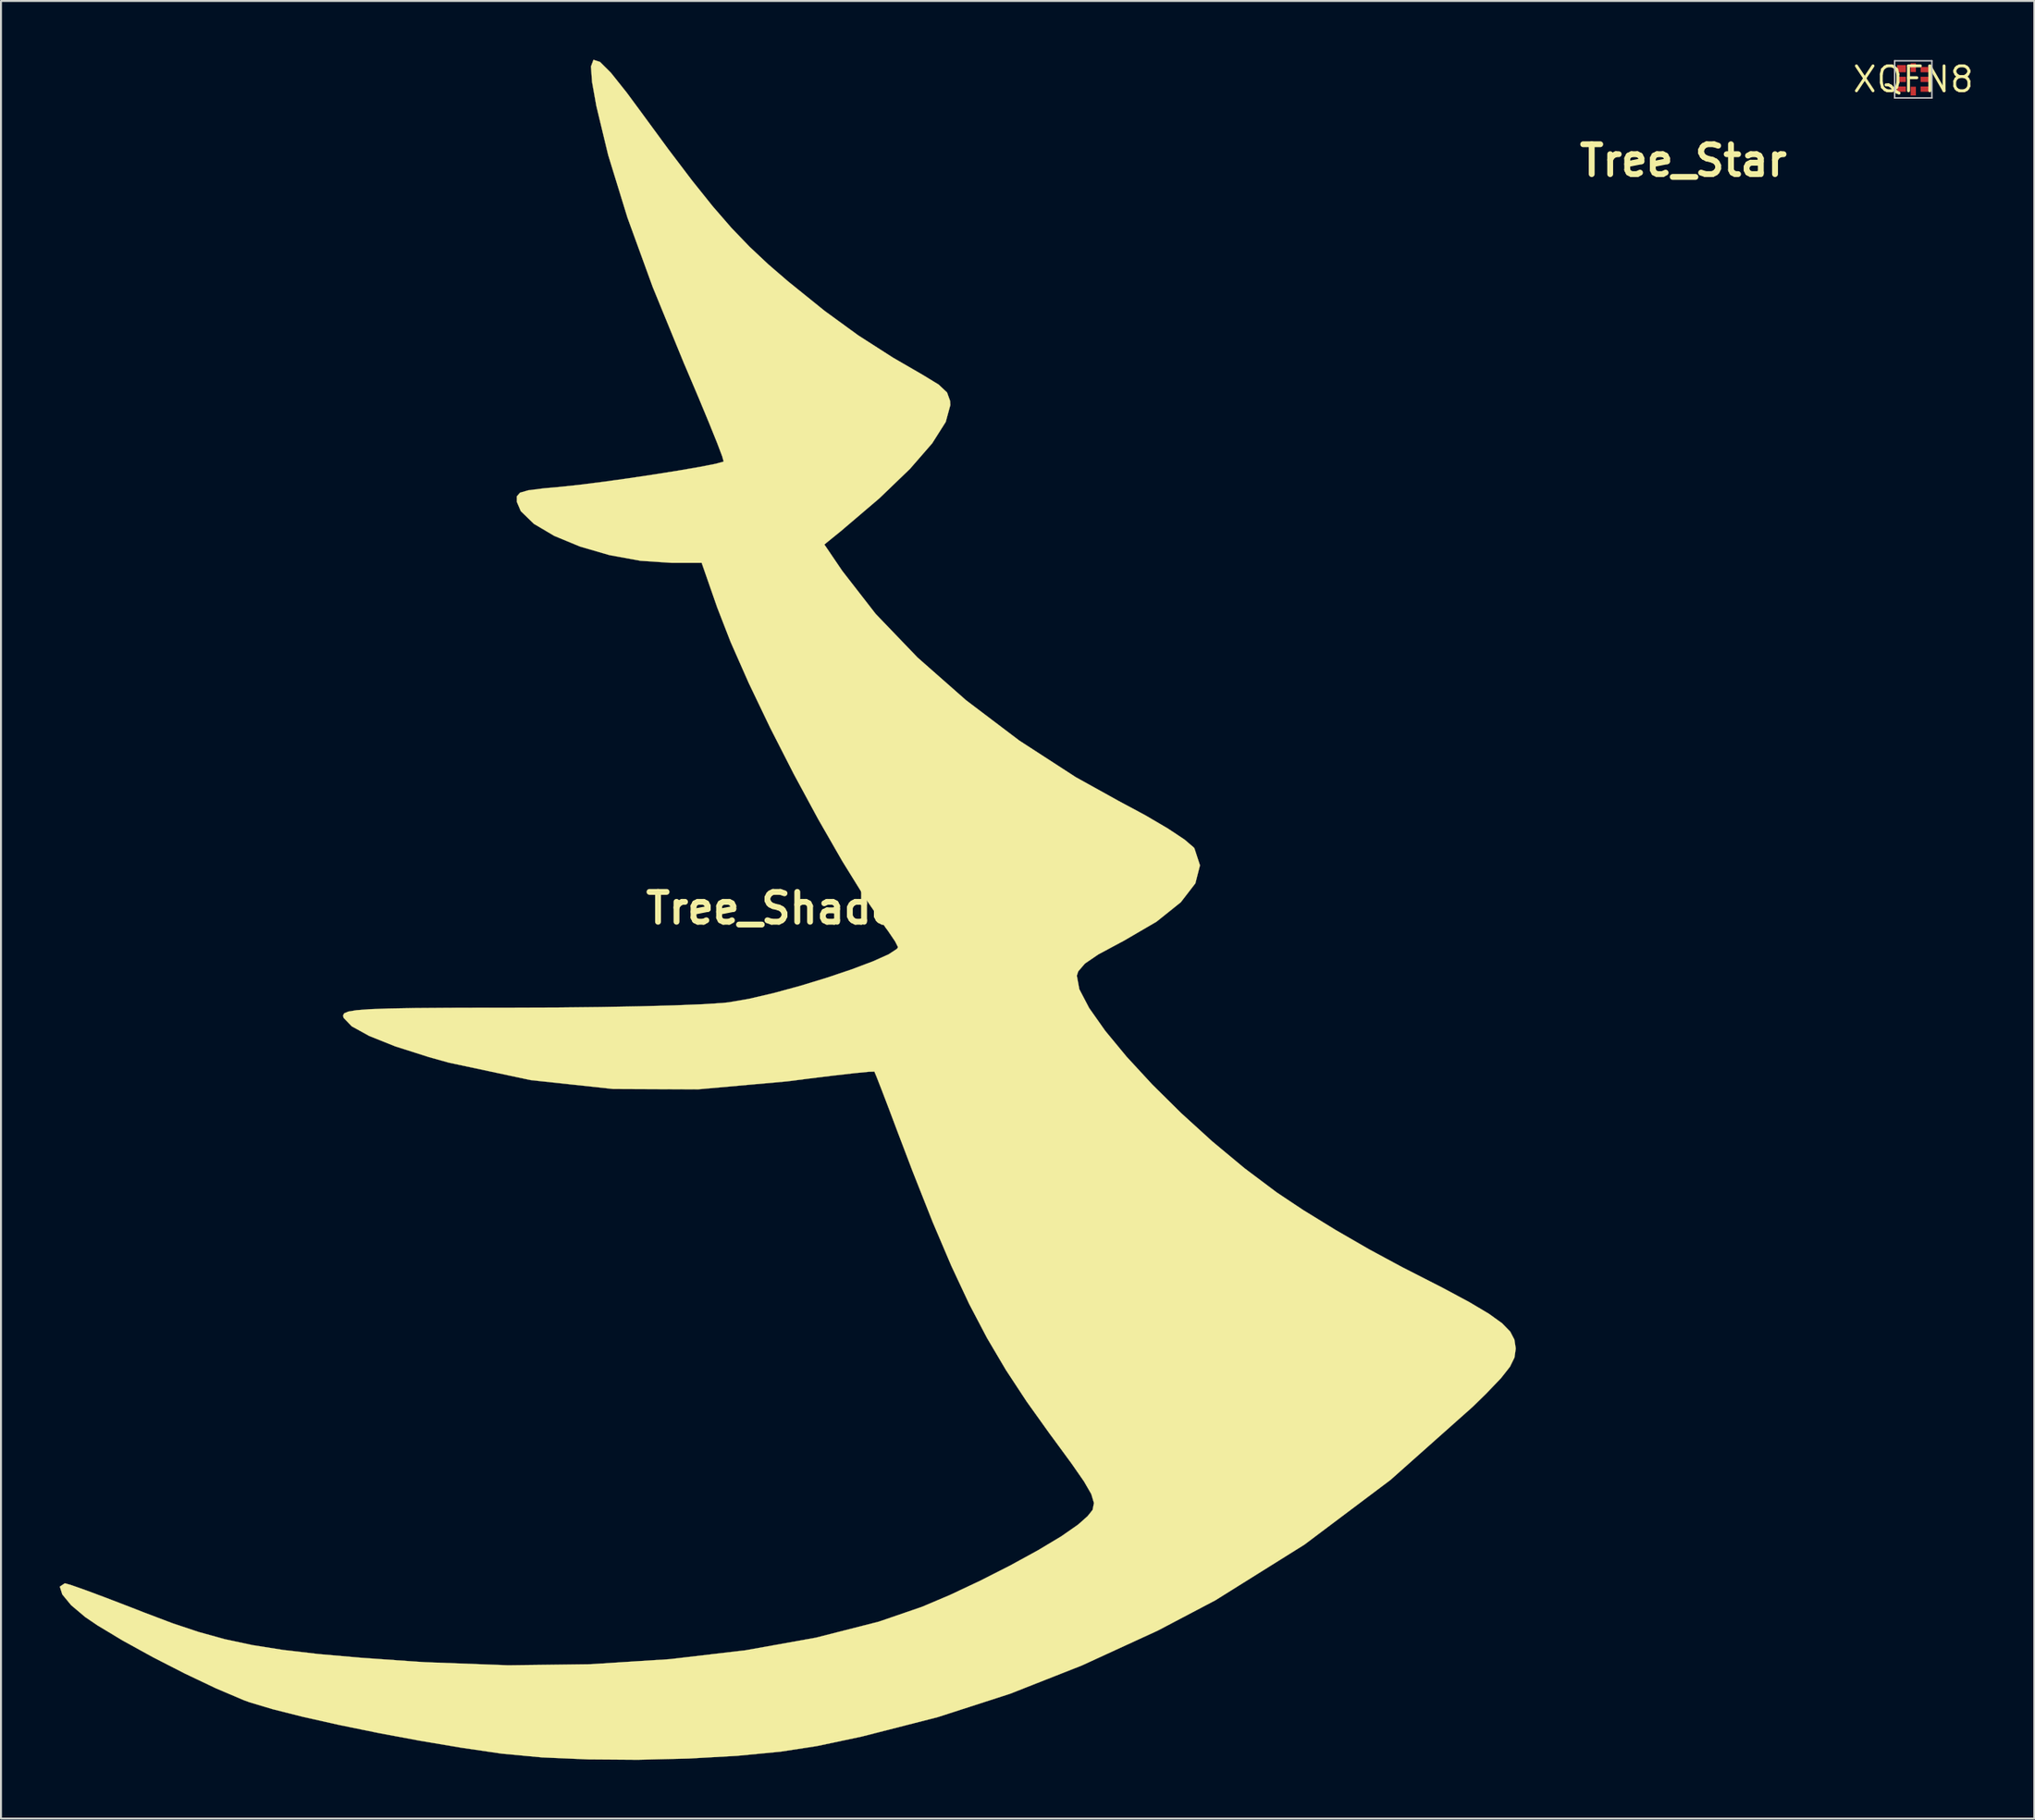
<source format=kicad_pcb>
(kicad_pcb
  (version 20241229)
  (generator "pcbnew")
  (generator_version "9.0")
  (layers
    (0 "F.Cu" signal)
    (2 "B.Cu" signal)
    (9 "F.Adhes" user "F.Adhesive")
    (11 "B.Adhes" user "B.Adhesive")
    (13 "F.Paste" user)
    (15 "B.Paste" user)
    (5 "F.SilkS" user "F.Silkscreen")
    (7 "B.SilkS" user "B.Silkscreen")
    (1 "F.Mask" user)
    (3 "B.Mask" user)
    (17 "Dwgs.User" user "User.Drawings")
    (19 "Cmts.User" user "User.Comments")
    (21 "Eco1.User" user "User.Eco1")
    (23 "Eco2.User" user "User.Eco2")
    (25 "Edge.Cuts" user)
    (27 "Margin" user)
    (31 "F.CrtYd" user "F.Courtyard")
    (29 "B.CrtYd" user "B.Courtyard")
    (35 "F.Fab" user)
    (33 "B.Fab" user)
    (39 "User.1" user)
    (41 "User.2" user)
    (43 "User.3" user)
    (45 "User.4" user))
  (footprint "Tree_Star"
    (layer "F.Cu")
    (at 82.927 5.154)
    (property "Reference" "Tree_Star" (at 0 0 0) (layer "F.SilkS") (effects (font (size 1.524 1.524) (thickness 0.3))))
    (attr through_hole)
    (fp_poly (pts (xy 0.501 -5.096) (xy 0.687 -4.95) (xy 0.688 -4.934) (xy 0.78 -4.56) (xy 1.013 -4.02) (xy 1.327 -3.423) (xy 1.664 -2.884) (xy 1.964 -2.513) (xy 1.973 -2.504) (xy 2.373 -2.246) (xy 2.974 -1.981) (xy 3.567 -1.791) (xy 4.179 -1.615) (xy 4.671 -1.447) (xy 4.934 -1.324) (xy 5.153 -1.015) (xy 5.099 -0.615) (xy 4.762 -0.102) (xy 4.132 0.546) (xy 4.01 0.657) (xy 2.871 1.685) (xy 2.98 2.516) (xy 3.071 3.177) (xy 3.167 3.823) (xy 3.194 3.993) (xy 3.244 4.375) (xy 3.225 4.662) (xy 3.097 4.868) (xy 2.819 5.006) (xy 2.351 5.089) (xy 1.651 5.131) (xy 0.679 5.147) (xy -0.257 5.149) (xy -1.415 5.144) (xy -2.273 5.127) (xy -2.878 5.094) (xy -3.274 5.043) (xy -3.506 4.97) (xy -3.597 4.899) (xy -3.705 4.664) (xy -3.702 4.288) (xy -3.593 3.709) (xy -3.489 3.16) (xy -3.48 2.728) (xy -3.579 2.266) (xy -3.777 1.684) (xy -4.064 0.936) (xy -4.387 0.153) (xy -4.59 -0.307) (xy -4.852 -0.973) (xy -4.899 -1.404) (xy -4.72 -1.639) (xy -4.307 -1.716) (xy -4.253 -1.717) (xy -3.577 -1.868) (xy -2.838 -2.285) (xy -2.103 -2.913) (xy -1.436 -3.7) (xy -0.995 -4.406) (xy -0.728 -4.858) (xy -0.482 -5.077) (xy -0.143 -5.145) (xy 0.043 -5.149) (xy 0.501 -5.096)) (stroke (width 0.01) (type solid)) (fill yes) (layer "F.Mask")))
  (footprint "XQFN8"
    (layer "F.Cu")
    (at 94.669 1.006)
    (property "Reference" "XQFN8" (at 0 0 0) (layer "F.SilkS") (effects (font (size 1.27 1.27) (thickness 0.15))))
    (attr smd)
    (fp_line (start -0.95 -0.95) (end -0.95 0.95) (stroke (width 0.076) (type solid)) (layer "Dwgs.User"))
    (fp_line (start -0.95 -0.95) (end 0.95 -0.95) (stroke (width 0.076) (type solid)) (layer "Dwgs.User"))
    (fp_line (start 0.95 -0.95) (end 0.95 0.95) (stroke (width 0.076) (type solid)) (layer "Dwgs.User"))
    (fp_line (start 0.95 0.95) (end -0.95 0.95) (stroke (width 0.076) (type solid)) (layer "Dwgs.User"))
    (pad "1" smd rect (at -0.599 -0.549 180) (size 0.45 0.368) (layers "F.Cu" "F.Mask" "F.Paste"))
    (pad "2" smd rect (at -0.599 0 180) (size 0.45 0.269) (layers "F.Cu" "F.Mask" "F.Paste"))
    (pad "3" smd rect (at -0.599 0.498 180) (size 0.45 0.269) (layers "F.Cu" "F.Mask" "F.Paste"))
    (pad "4" smd rect (at 0 0.599 270) (size 0.45 0.269) (layers "F.Cu" "F.Mask" "F.Paste"))
    (pad "5" smd rect (at 0.599 0.498) (size 0.45 0.269) (layers "F.Cu" "F.Mask" "F.Paste"))
    (pad "6" smd rect (at 0.599 0) (size 0.45 0.269) (layers "F.Cu" "F.Mask" "F.Paste"))
    (pad "7" smd rect (at 0.599 -0.498) (size 0.45 0.269) (layers "F.Cu" "F.Mask" "F.Paste"))
    (pad "8" smd rect (at 0 -0.599 90) (size 0.45 0.269) (layers "F.Cu" "F.Mask" "F.Paste")))
  (footprint "Tree_Shadow"
    (layer "F.Cu")
    (at 37.199 43.348)
    (property "Reference" "Tree_Shadow" (at 0 0 0) (layer "F.SilkS") (effects (font (size 1.524 1.524) (thickness 0.3))))
    (attr through_hole)
    (fp_poly (pts (xy -9.605 -43.236) (xy -9.046 -42.679) (xy -8.242 -41.67) (xy -7.574 -40.765) (xy -6.121 -38.784) (xy -4.9 -37.173) (xy -3.844 -35.854) (xy -2.887 -34.751) (xy -1.963 -33.79) (xy -1.008 -32.893) (xy 0 -32.024) (xy 1.867 -30.517) (xy 3.583 -29.267) (xy 5.352 -28.132) (xy 6.885 -27.244) (xy 7.694 -26.75) (xy 8.121 -26.348) (xy 8.277 -25.916) (xy 8.288 -25.702) (xy 8.054 -24.843) (xy 7.362 -23.751) (xy 6.228 -22.446) (xy 4.665 -20.942) (xy 2.69 -19.259) (xy 2.679 -19.251) (xy 1.855 -18.582) (xy 2.772 -17.23) (xy 4.476 -15.036) (xy 6.613 -12.81) (xy 9.09 -10.627) (xy 11.815 -8.563) (xy 14.697 -6.695) (xy 16.895 -5.475) (xy 18.248 -4.749) (xy 19.396 -4.075) (xy 20.25 -3.508) (xy 20.722 -3.104) (xy 20.756 -3.058) (xy 21.039 -2.192) (xy 20.803 -1.27) (xy 20.059 -0.305) (xy 18.82 0.687) (xy 17.095 1.693) (xy 16.955 1.764) (xy 15.848 2.359) (xy 15.164 2.825) (xy 14.822 3.223) (xy 14.75 3.446) (xy 14.877 4.137) (xy 15.377 5.095) (xy 16.2 6.263) (xy 17.292 7.585) (xy 18.602 9.005) (xy 20.078 10.466) (xy 21.668 11.913) (xy 23.32 13.287) (xy 24.954 14.514) (xy 26.308 15.416) (xy 27.954 16.428) (xy 29.702 17.438) (xy 31.36 18.332) (xy 31.639 18.474) (xy 33.433 19.391) (xy 34.799 20.124) (xy 35.792 20.714) (xy 36.469 21.202) (xy 36.885 21.629) (xy 37.098 22.037) (xy 37.164 22.466) (xy 37.164 22.519) (xy 37.102 22.954) (xy 36.874 23.42) (xy 36.414 24.006) (xy 35.656 24.798) (xy 34.976 25.463) (xy 30.774 29.202) (xy 26.373 32.511) (xy 21.83 35.352) (xy 18.885 36.902) (xy 15.016 38.68) (xy 11.33 40.133) (xy 7.642 41.324) (xy 3.765 42.316) (xy 1.471 42.802) (xy -0.376 43.086) (xy -2.609 43.3) (xy -5.088 43.439) (xy -7.67 43.501) (xy -10.212 43.482) (xy -12.571 43.38) (xy -14.604 43.19) (xy -14.705 43.176) (xy -16.676 42.887) (xy -18.771 42.534) (xy -20.886 42.14) (xy -22.92 41.724) (xy -24.769 41.309) (xy -26.33 40.916) (xy -27.501 40.565) (xy -27.806 40.454) (xy -29.213 39.855) (xy -30.81 39.096) (xy -32.451 38.255) (xy -33.987 37.409) (xy -35.27 36.636) (xy -35.894 36.213) (xy -36.617 35.603) (xy -37.067 35.056) (xy -37.194 34.657) (xy -36.948 34.491) (xy -36.917 34.491) (xy -36.593 34.584) (xy -35.865 34.841) (xy -34.828 35.228) (xy -33.574 35.71) (xy -32.922 35.965) (xy -31.455 36.521) (xy -30.096 36.975) (xy -28.757 37.345) (xy -27.349 37.645) (xy -25.783 37.892) (xy -23.971 38.102) (xy -21.824 38.289) (xy -19.253 38.471) (xy -18.537 38.517) (xy -14.295 38.675) (xy -10.098 38.621) (xy -6.027 38.361) (xy -2.16 37.907) (xy 1.42 37.265) (xy 4.635 36.446) (xy 6.838 35.689) (xy 8.25 35.091) (xy 9.787 34.368) (xy 11.33 33.585) (xy 12.757 32.804) (xy 13.951 32.089) (xy 14.791 31.504) (xy 14.893 31.419) (xy 15.302 31.054) (xy 15.555 30.736) (xy 15.625 30.386) (xy 15.488 29.928) (xy 15.117 29.284) (xy 14.487 28.377) (xy 13.572 27.128) (xy 13.381 26.871) (xy 12.187 25.2) (xy 11.129 23.59) (xy 10.164 21.956) (xy 9.248 20.21) (xy 8.339 18.268) (xy 7.392 16.044) (xy 6.366 13.451) (xy 5.604 11.447) (xy 5.162 10.273) (xy 4.79 9.299) (xy 4.526 8.623) (xy 4.41 8.346) (xy 4.409 8.346) (xy 4.137 8.353) (xy 3.425 8.422) (xy 2.36 8.543) (xy 1.032 8.706) (xy -0.032 8.843) (xy -4.599 9.251) (xy -8.936 9.232) (xy -13.142 8.78) (xy -17.32 7.889) (xy -18.337 7.606) (xy -20.063 7.056) (xy -21.392 6.524) (xy -22.284 6.032) (xy -22.7 5.598) (xy -22.726 5.476) (xy -22.667 5.366) (xy -22.455 5.278) (xy -22.039 5.21) (xy -21.367 5.159) (xy -20.389 5.123) (xy -19.053 5.099) (xy -17.307 5.086) (xy -15.1 5.08) (xy -13.963 5.08) (xy -11.735 5.072) (xy -9.577 5.048) (xy -7.576 5.011) (xy -5.815 4.963) (xy -4.38 4.905) (xy -3.356 4.841) (xy -3.041 4.809) (xy -2.002 4.63) (xy -0.757 4.34) (xy 0.598 3.972) (xy 1.963 3.556) (xy 3.241 3.126) (xy 4.334 2.714) (xy 5.144 2.351) (xy 5.572 2.069) (xy 5.615 1.984) (xy 5.469 1.695) (xy 5.107 1.16) (xy 4.978 0.985) (xy 3.943 -0.514) (xy 2.776 -2.398) (xy 1.538 -4.554) (xy 0.288 -6.866) (xy -0.913 -9.22) (xy -2.007 -11.504) (xy -2.933 -13.602) (xy -3.631 -15.4) (xy -3.644 -15.44) (xy -4.412 -17.645) (xy -5.963 -17.646) (xy -7.538 -17.751) (xy -9.122 -18.04) (xy -10.62 -18.475) (xy -11.937 -19.02) (xy -12.979 -19.636) (xy -13.65 -20.286) (xy -13.851 -20.759) (xy -13.852 -21.042) (xy -13.69 -21.228) (xy -13.264 -21.352) (xy -12.471 -21.451) (xy -11.712 -21.519) (xy -10.759 -21.618) (xy -9.562 -21.768) (xy -8.229 -21.952) (xy -6.869 -22.155) (xy -5.588 -22.359) (xy -4.496 -22.548) (xy -3.7 -22.704) (xy -3.308 -22.812) (xy -3.289 -22.824) (xy -3.362 -23.085) (xy -3.618 -23.762) (xy -4.028 -24.778) (xy -4.56 -26.06) (xy -5.184 -27.531) (xy -5.314 -27.834) (xy -6.909 -31.728) (xy -8.203 -35.284) (xy -9.185 -38.474) (xy -9.79 -40.983) (xy -10.01 -42.214) (xy -10.066 -43.001) (xy -9.938 -43.343) (xy -9.605 -43.236)) (stroke (width 0.01) (type solid)) (fill yes) (layer "F.SilkS")))
  (gr_rect
    (start -3 -3)
    (end 100.851 89.854)
    (stroke (width 0.1) (type default))
    (fill no)
    (layer "Edge.Cuts")))
</source>
